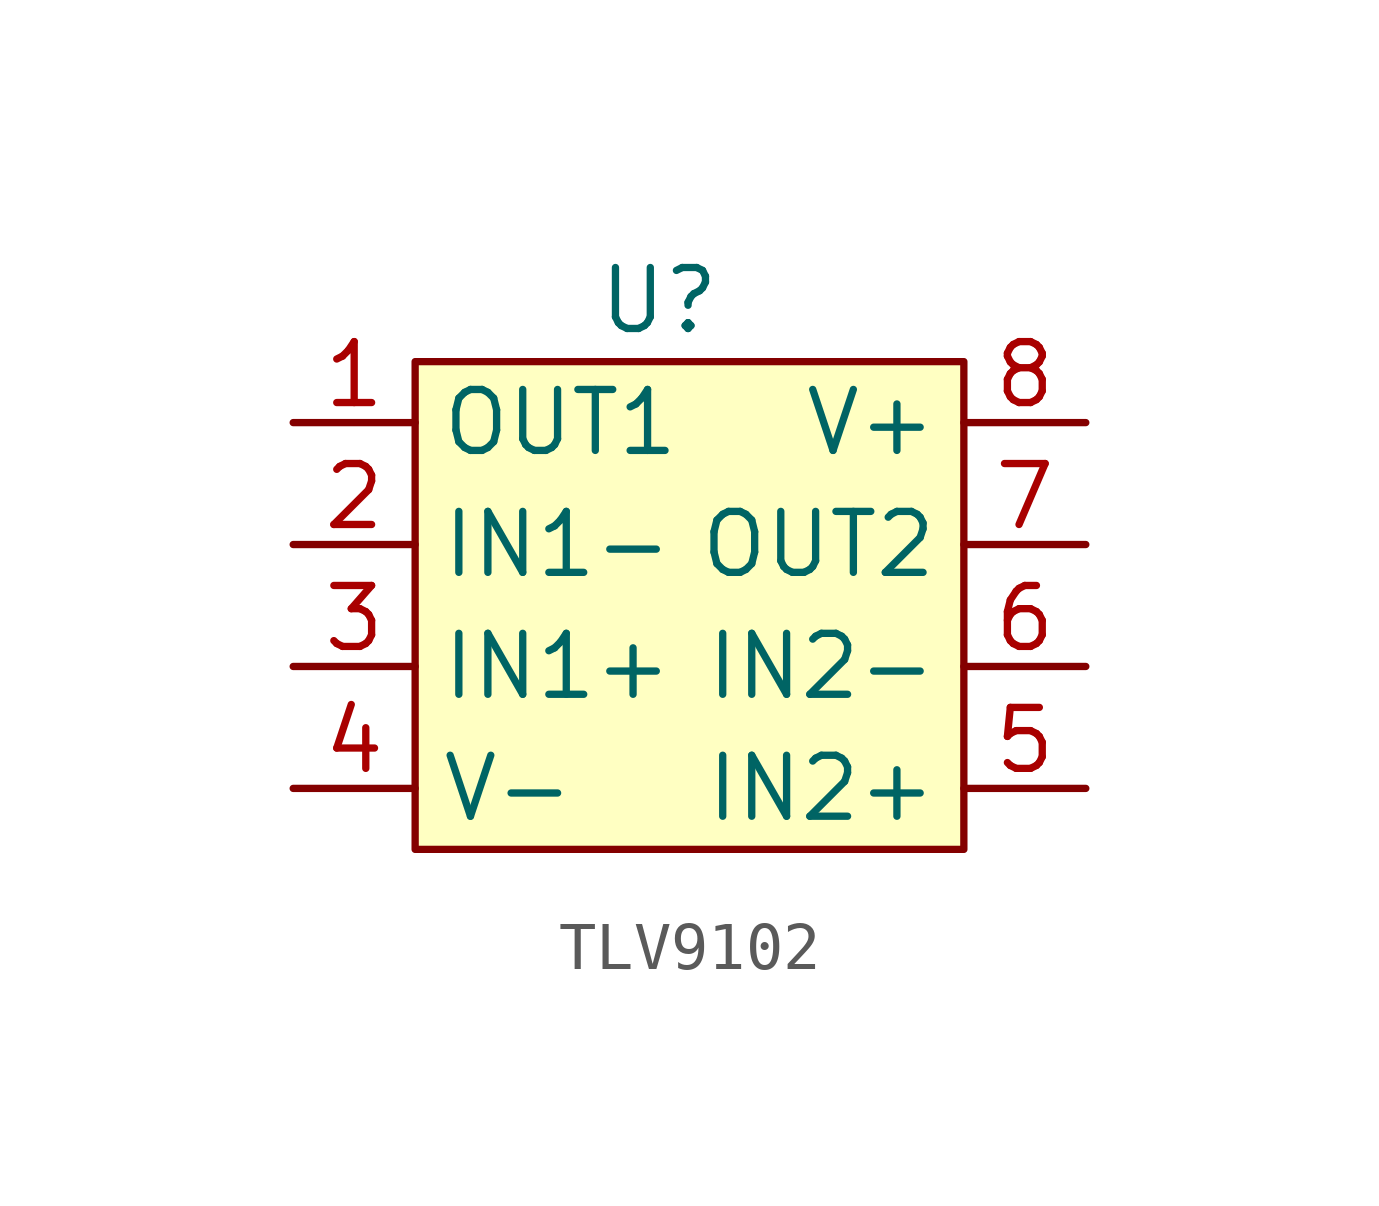
<source format=kicad_sym>
(kicad_symbol_lib
  (version 20220914)
  (generator kicad_symbol_editor)
  (symbol "TLV9102"
    (property "Reference" "U"
      (at 0 2.54 0)
      (effects (font (size 1.27 1.27))))
    (property "Value" ""
      (at 0 2.54 0)
      (effects (font (size 1.27 1.27))))
    (symbol "TLV9102_1_1"
      (polyline (pts (xy -5.08 1.27) (xy 6.35 1.27) (xy 6.35 -8.89) (xy -5.08 -8.89) (xy -5.08 1.27)) (stroke (width 0) (type default)) (fill (type background)))
      (pin output line (at -7.62 0 0) (length 2.54) (name "OUT1" (effects (font (size 1.27 1.27)))) (number "1" (effects (font (size 1.27 1.27)))))
      (pin input line (at -7.62 -2.54 0) (length 2.54) (name "IN1-" (effects (font (size 1.27 1.27)))) (number "2" (effects (font (size 1.27 1.27)))))
      (pin input line (at -7.62 -5.08 0) (length 2.54) (name "IN1+" (effects (font (size 1.27 1.27)))) (number "3" (effects (font (size 1.27 1.27)))))
      (pin input line (at -7.62 -7.62 0) (length 2.54) (name "V-" (effects (font (size 1.27 1.27)))) (number "4" (effects (font (size 1.27 1.27)))))
      (pin input line (at 8.89 -7.62 180) (length 2.54) (name "IN2+" (effects (font (size 1.27 1.27)))) (number "5" (effects (font (size 1.27 1.27)))))
      (pin input line (at 8.89 -5.08 180) (length 2.54) (name "IN2-" (effects (font (size 1.27 1.27)))) (number "6" (effects (font (size 1.27 1.27)))))
      (pin output line (at 8.89 -2.54 180) (length 2.54) (name "OUT2" (effects (font (size 1.27 1.27)))) (number "7" (effects (font (size 1.27 1.27)))))
      (pin input line (at 8.89 0 180) (length 2.54) (name "V+" (effects (font (size 1.27 1.27)))) (number "8" (effects (font (size 1.27 1.27))))))))
</source>
